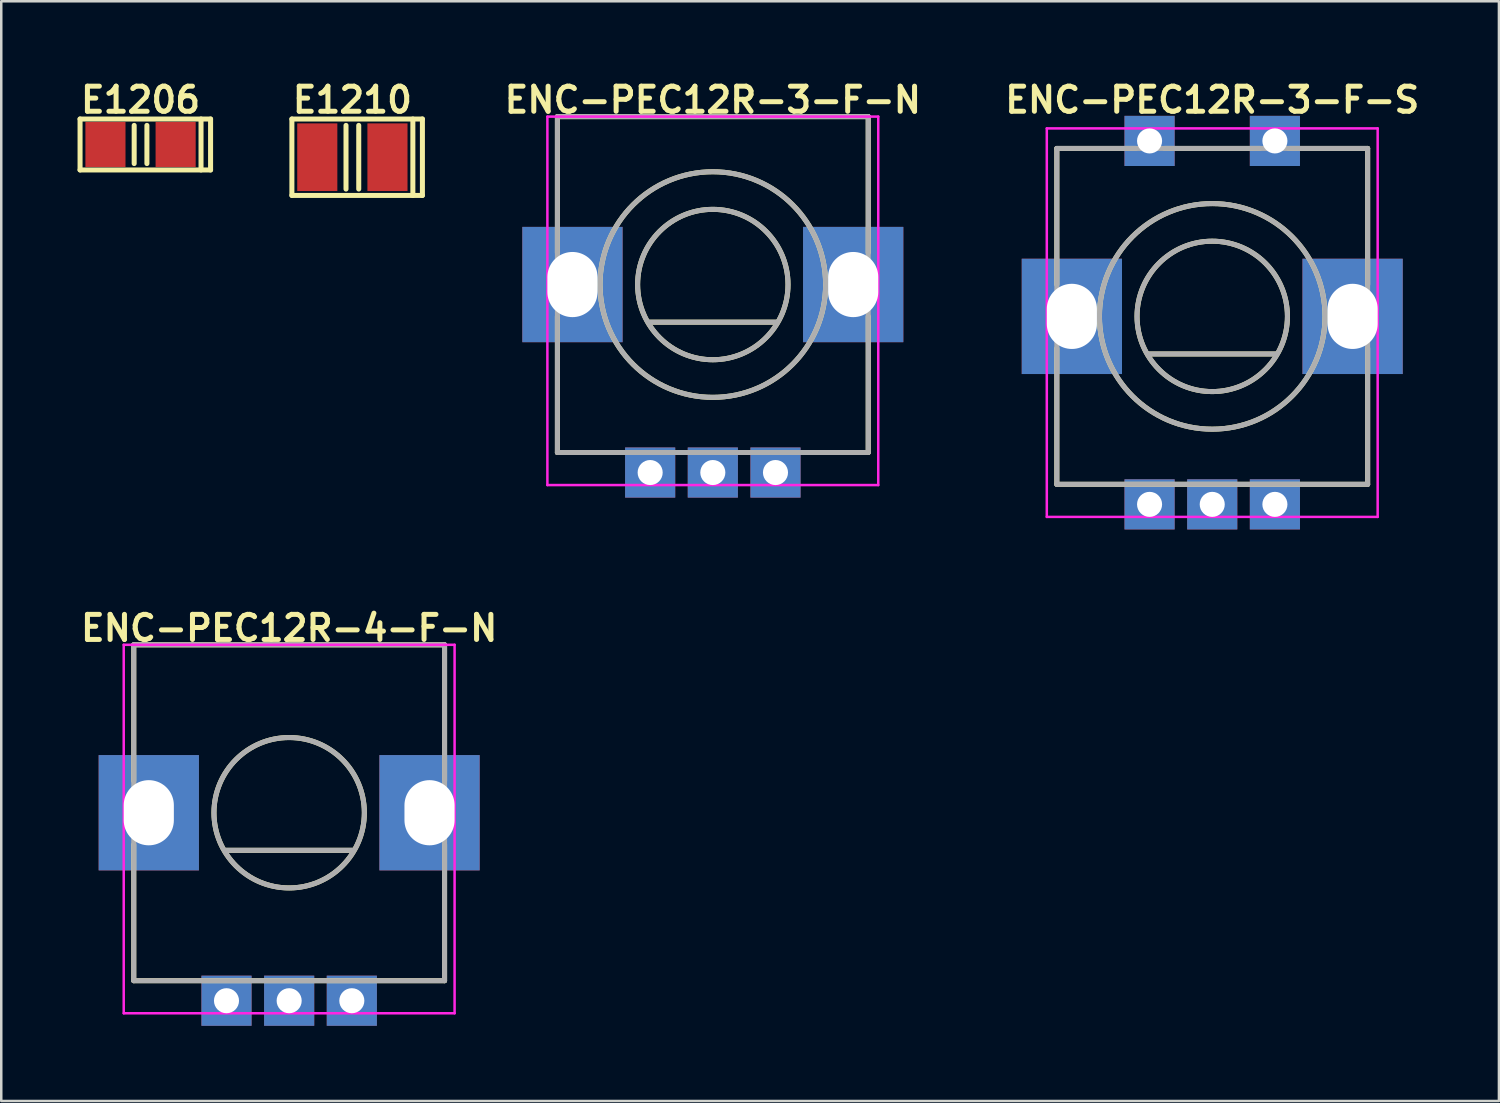
<source format=kicad_pcb>
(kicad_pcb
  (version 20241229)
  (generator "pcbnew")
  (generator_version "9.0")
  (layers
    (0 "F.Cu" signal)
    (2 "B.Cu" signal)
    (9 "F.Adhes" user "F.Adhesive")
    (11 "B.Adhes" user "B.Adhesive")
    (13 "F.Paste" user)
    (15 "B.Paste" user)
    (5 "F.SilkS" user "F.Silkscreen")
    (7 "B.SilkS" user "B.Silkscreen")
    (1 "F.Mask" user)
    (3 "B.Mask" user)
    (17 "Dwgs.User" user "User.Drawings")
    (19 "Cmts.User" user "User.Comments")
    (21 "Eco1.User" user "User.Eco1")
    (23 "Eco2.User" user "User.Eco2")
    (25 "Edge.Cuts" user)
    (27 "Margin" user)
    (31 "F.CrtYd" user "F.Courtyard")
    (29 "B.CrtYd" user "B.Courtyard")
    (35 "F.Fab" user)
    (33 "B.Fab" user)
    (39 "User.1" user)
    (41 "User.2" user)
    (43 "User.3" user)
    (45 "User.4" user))
  (footprint "E1210"
    (layer "F.Cu")
    (at 11.008 3.222)
    (property "Reference" "E1210" (at 0 -2.286 0) (layer "F.SilkS") (effects (font (size 1 1) (thickness 0.2))))
    (attr through_hole)
    (fp_line (start -2.413 -1.524) (end -2.413 1.524) (stroke (width 0.2) (type solid)) (layer "F.SilkS"))
    (fp_line (start -2.413 -1.524) (end 2.794 -1.524) (stroke (width 0.2) (type solid)) (layer "F.SilkS"))
    (fp_line (start -2.413 1.524) (end 2.794 1.524) (stroke (width 0.2) (type solid)) (layer "F.SilkS"))
    (fp_line (start -0.254 -1.27) (end -0.254 1.27) (stroke (width 0.2) (type solid)) (layer "F.SilkS"))
    (fp_line (start 0.254 -1.27) (end 0.254 1.27) (stroke (width 0.2) (type solid)) (layer "F.SilkS"))
    (fp_line (start 2.413 -1.524) (end 2.413 1.524) (stroke (width 0.2) (type solid)) (layer "F.SilkS"))
    (fp_line (start 2.794 -1.524) (end 2.794 1.524) (stroke (width 0.2) (type solid)) (layer "F.SilkS"))
    (pad "+" smd rect (at -1.4 0) (size 1.6 2.7) (layers "F.Cu" "F.Mask" "F.Paste"))
    (pad "-" smd rect (at 1.4 0) (size 1.6 2.7) (layers "F.Cu" "F.Mask" "F.Paste")))
  (footprint "E1206"
    (layer "F.Cu")
    (at 2.557 2.714)
    (property "Reference" "E1206" (at 0 -1.778 0) (layer "F.SilkS") (effects (font (size 1 1) (thickness 0.2))))
    (attr through_hole)
    (fp_line (start -2.413 -1.016) (end -2.413 1.016) (stroke (width 0.2) (type solid)) (layer "F.SilkS"))
    (fp_line (start -2.413 -1.016) (end 2.794 -1.016) (stroke (width 0.2) (type solid)) (layer "F.SilkS"))
    (fp_line (start -2.413 1.016) (end 2.794 1.016) (stroke (width 0.2) (type solid)) (layer "F.SilkS"))
    (fp_line (start -0.254 -0.762) (end -0.254 0.762) (stroke (width 0.2) (type solid)) (layer "F.SilkS"))
    (fp_line (start 0.254 -0.762) (end 0.254 0.762) (stroke (width 0.2) (type solid)) (layer "F.SilkS"))
    (fp_line (start 2.413 -1.016) (end 2.413 1.016) (stroke (width 0.2) (type solid)) (layer "F.SilkS"))
    (fp_line (start 2.794 -1.016) (end 2.794 1.016) (stroke (width 0.2) (type solid)) (layer "F.SilkS"))
    (pad "+" smd rect (at -1.4 0) (size 1.6 1.8) (layers "F.Cu" "F.Mask" "F.Paste"))
    (pad "-" smd rect (at 1.4 0) (size 1.6 1.8) (layers "F.Cu" "F.Mask" "F.Paste")))
  (footprint "ENC-PEC12R-3-F-S"
    (layer "F.Cu")
    (at 45.312 9.572)
    (property "Reference" "ENC-PEC12R-3-F-S" (at 0 -8.636 0) (layer "F.SilkS") (effects (font (size 1 1) (thickness 0.2))))
    (attr through_hole)
    (fp_line (start -6.2 -6.7) (end -6.2 -1.27) (stroke (width 0.2) (type solid)) (layer "F.SilkS"))
    (fp_line (start -6.2 -6.7) (end -3.048 -6.7) (stroke (width 0.2) (type solid)) (layer "F.SilkS"))
    (fp_line (start -6.2 1.27) (end -6.2 6.7) (stroke (width 0.2) (type solid)) (layer "F.SilkS"))
    (fp_line (start -6.2 6.7) (end 6.2 6.7) (stroke (width 0.2) (type solid)) (layer "F.SilkS"))
    (fp_line (start -2.54 1.5) (end 2.54 1.5) (stroke (width 0.2) (type solid)) (layer "F.SilkS"))
    (fp_line (start -1.905 -6.7) (end 1.905 -6.7) (stroke (width 0.2) (type solid)) (layer "F.SilkS"))
    (fp_line (start 3.048 -6.7) (end 6.2 -6.7) (stroke (width 0.2) (type solid)) (layer "F.SilkS"))
    (fp_line (start 6.2 -6.7) (end 6.2 -1.27) (stroke (width 0.2) (type solid)) (layer "F.SilkS"))
    (fp_line (start 6.2 1.27) (end 6.2 6.7) (stroke (width 0.2) (type solid)) (layer "F.SilkS"))
    (fp_circle (center 0 0) (end 3 0) (stroke (width 0.2) (type solid)) (fill no) (layer "F.SilkS"))
    (fp_circle (center 0 0) (end 4.5 0) (stroke (width 0.2) (type solid)) (fill no) (layer "F.SilkS"))
    (fp_line (start -6.6 -7.5) (end -6.6 8) (stroke (width 0.1) (type solid)) (layer "F.CrtYd"))
    (fp_line (start -6.6 -7.5) (end 6.6 -7.5) (stroke (width 0.1) (type solid)) (layer "F.CrtYd"))
    (fp_line (start -6.6 8) (end 6.6 8) (stroke (width 0.1) (type solid)) (layer "F.CrtYd"))
    (fp_line (start 6.6 -7.5) (end 6.6 8) (stroke (width 0.1) (type solid)) (layer "F.CrtYd"))
    (fp_line (start -6.2 -6.7) (end -6.2 6.7) (stroke (width 0.2) (type solid)) (layer "F.Fab"))
    (fp_line (start -6.2 -6.7) (end 6.2 -6.7) (stroke (width 0.2) (type solid)) (layer "F.Fab"))
    (fp_line (start -6.2 6.7) (end 6.2 6.7) (stroke (width 0.2) (type solid)) (layer "F.Fab"))
    (fp_line (start -2.54 1.5) (end 2.54 1.5) (stroke (width 0.2) (type solid)) (layer "F.Fab"))
    (fp_line (start 6.2 -6.7) (end 6.2 6.7) (stroke (width 0.2) (type solid)) (layer "F.Fab"))
    (fp_circle (center 0 0) (end 3 0) (stroke (width 0.2) (type solid)) (fill no) (layer "F.Fab"))
    (fp_circle (center 0 0) (end 4.5 0) (stroke (width 0.2) (type solid)) (fill no) (layer "F.Fab"))
    (pad "0" thru_hole rect (at -5.6 0) (size 4 4.6) (drill oval 2 2.6) (layers "B.Cu" "B.Mask"))
    (pad "0" thru_hole rect (at 5.6 0) (size 4 4.6) (drill oval 2 2.6) (layers "B.Cu" "B.Mask"))
    (pad "A" thru_hole rect (at -2.5 7.5) (size 2 2) (drill 1) (layers "B.Cu" "B.Mask"))
    (pad "B" thru_hole rect (at 2.5 7.5) (size 2 2) (drill 1) (layers "B.Cu" "B.Mask"))
    (pad "C" thru_hole rect (at 0 7.5) (size 2 2) (drill 1) (layers "B.Cu" "B.Mask"))
    (pad "COM" thru_hole rect (at -2.5 -7) (size 2 2) (drill 1) (layers "B.Cu" "B.Mask"))
    (pad "NO" thru_hole rect (at 2.5 -7) (size 2 2) (drill 1) (layers "B.Cu" "B.Mask")))
  (footprint "ENC-PEC12R-4-F-N"
    (layer "F.Cu")
    (at 8.486 29.374)
    (property "Reference" "ENC-PEC12R-4-F-N" (at 0 -7.366 0) (layer "F.SilkS") (effects (font (size 1 1) (thickness 0.2))))
    (attr through_hole)
    (fp_line (start -6.2 -6.7) (end -6.2 -1.27) (stroke (width 0.2) (type solid)) (layer "F.SilkS"))
    (fp_line (start -6.2 -6.7) (end 6.2 -6.7) (stroke (width 0.2) (type solid)) (layer "F.SilkS"))
    (fp_line (start -6.2 1.27) (end -6.2 6.7) (stroke (width 0.2) (type solid)) (layer "F.SilkS"))
    (fp_line (start -6.2 6.7) (end 6.2 6.7) (stroke (width 0.2) (type solid)) (layer "F.SilkS"))
    (fp_line (start -2.54 1.5) (end 2.54 1.5) (stroke (width 0.2) (type solid)) (layer "F.SilkS"))
    (fp_line (start 6.2 -6.7) (end 6.2 -1.27) (stroke (width 0.2) (type solid)) (layer "F.SilkS"))
    (fp_line (start 6.2 1.27) (end 6.2 6.7) (stroke (width 0.2) (type solid)) (layer "F.SilkS"))
    (fp_circle (center 0 0) (end 3 0) (stroke (width 0.2) (type solid)) (fill no) (layer "F.SilkS"))
    (fp_line (start -6.6 -6.7) (end -6.6 8) (stroke (width 0.1) (type solid)) (layer "F.CrtYd"))
    (fp_line (start -6.6 -6.7) (end 6.6 -6.7) (stroke (width 0.1) (type solid)) (layer "F.CrtYd"))
    (fp_line (start -6.6 8) (end 6.6 8) (stroke (width 0.1) (type solid)) (layer "F.CrtYd"))
    (fp_line (start 6.6 -6.7) (end 6.6 8) (stroke (width 0.1) (type solid)) (layer "F.CrtYd"))
    (fp_line (start -6.2 -6.7) (end -6.2 6.7) (stroke (width 0.2) (type solid)) (layer "F.Fab"))
    (fp_line (start -6.2 -6.7) (end 6.2 -6.7) (stroke (width 0.2) (type solid)) (layer "F.Fab"))
    (fp_line (start -6.2 6.7) (end 6.2 6.7) (stroke (width 0.2) (type solid)) (layer "F.Fab"))
    (fp_line (start -2.54 1.5) (end 2.54 1.5) (stroke (width 0.2) (type solid)) (layer "F.Fab"))
    (fp_line (start 6.2 -6.7) (end 6.2 6.7) (stroke (width 0.2) (type solid)) (layer "F.Fab"))
    (fp_circle (center 0 0) (end 3 0) (stroke (width 0.2) (type solid)) (fill no) (layer "F.Fab"))
    (pad "0" thru_hole rect (at -5.6 0) (size 4 4.6) (drill oval 2 2.6) (layers "B.Cu" "B.Mask"))
    (pad "0" thru_hole rect (at 5.6 0) (size 4 4.6) (drill oval 2 2.6) (layers "B.Cu" "B.Mask"))
    (pad "A" thru_hole rect (at -2.5 7.5) (size 2 2) (drill 1) (layers "B.Cu" "B.Mask"))
    (pad "B" thru_hole rect (at 2.5 7.5) (size 2 2) (drill 1) (layers "B.Cu" "B.Mask"))
    (pad "C" thru_hole rect (at 0 7.5) (size 2 2) (drill 1) (layers "B.Cu" "B.Mask")))
  (footprint "ENC-PEC12R-3-F-N"
    (layer "F.Cu")
    (at 25.388 8.302)
    (property "Reference" "ENC-PEC12R-3-F-N" (at 0 -7.366 0) (layer "F.SilkS") (effects (font (size 1 1) (thickness 0.2))))
    (attr through_hole)
    (fp_line (start -6.2 -6.7) (end -6.2 -1.27) (stroke (width 0.2) (type solid)) (layer "F.SilkS"))
    (fp_line (start -6.2 -6.7) (end 6.2 -6.7) (stroke (width 0.2) (type solid)) (layer "F.SilkS"))
    (fp_line (start -6.2 1.27) (end -6.2 6.7) (stroke (width 0.2) (type solid)) (layer "F.SilkS"))
    (fp_line (start -6.2 6.7) (end 6.2 6.7) (stroke (width 0.2) (type solid)) (layer "F.SilkS"))
    (fp_line (start -2.54 1.5) (end 2.54 1.5) (stroke (width 0.2) (type solid)) (layer "F.SilkS"))
    (fp_line (start 6.2 -6.7) (end 6.2 -1.27) (stroke (width 0.2) (type solid)) (layer "F.SilkS"))
    (fp_line (start 6.2 1.27) (end 6.2 6.7) (stroke (width 0.2) (type solid)) (layer "F.SilkS"))
    (fp_circle (center 0 0) (end 3 0) (stroke (width 0.2) (type solid)) (fill no) (layer "F.SilkS"))
    (fp_circle (center 0 0) (end 4.5 0) (stroke (width 0.2) (type solid)) (fill no) (layer "F.SilkS"))
    (fp_line (start -6.6 -6.7) (end -6.6 8) (stroke (width 0.1) (type solid)) (layer "F.CrtYd"))
    (fp_line (start -6.6 -6.7) (end 6.6 -6.7) (stroke (width 0.1) (type solid)) (layer "F.CrtYd"))
    (fp_line (start -6.6 8) (end 6.6 8) (stroke (width 0.1) (type solid)) (layer "F.CrtYd"))
    (fp_line (start 6.6 -6.7) (end 6.6 8) (stroke (width 0.1) (type solid)) (layer "F.CrtYd"))
    (fp_line (start -6.2 -6.7) (end -6.2 6.7) (stroke (width 0.2) (type solid)) (layer "F.Fab"))
    (fp_line (start -6.2 -6.7) (end 6.2 -6.7) (stroke (width 0.2) (type solid)) (layer "F.Fab"))
    (fp_line (start -6.2 6.7) (end 6.2 6.7) (stroke (width 0.2) (type solid)) (layer "F.Fab"))
    (fp_line (start -2.54 1.5) (end 2.54 1.5) (stroke (width 0.2) (type solid)) (layer "F.Fab"))
    (fp_line (start 6.2 -6.7) (end 6.2 6.7) (stroke (width 0.2) (type solid)) (layer "F.Fab"))
    (fp_circle (center 0 0) (end 3 0) (stroke (width 0.2) (type solid)) (fill no) (layer "F.Fab"))
    (fp_circle (center 0 0) (end 4.5 0) (stroke (width 0.2) (type solid)) (fill no) (layer "F.Fab"))
    (pad "0" thru_hole rect (at -5.6 0) (size 4 4.6) (drill oval 2 2.6) (layers "B.Cu" "B.Mask"))
    (pad "0" thru_hole rect (at 5.6 0) (size 4 4.6) (drill oval 2 2.6) (layers "B.Cu" "B.Mask"))
    (pad "A" thru_hole rect (at -2.5 7.5) (size 2 2) (drill 1) (layers "B.Cu" "B.Mask"))
    (pad "B" thru_hole rect (at 2.5 7.5) (size 2 2) (drill 1) (layers "B.Cu" "B.Mask"))
    (pad "C" thru_hole rect (at 0 7.5) (size 2 2) (drill 1) (layers "B.Cu" "B.Mask")))
  (gr_rect
    (start -3 -3)
    (end 56.75 40.874)
    (stroke (width 0.1) (type default))
    (fill no)
    (layer "Edge.Cuts")))
</source>
